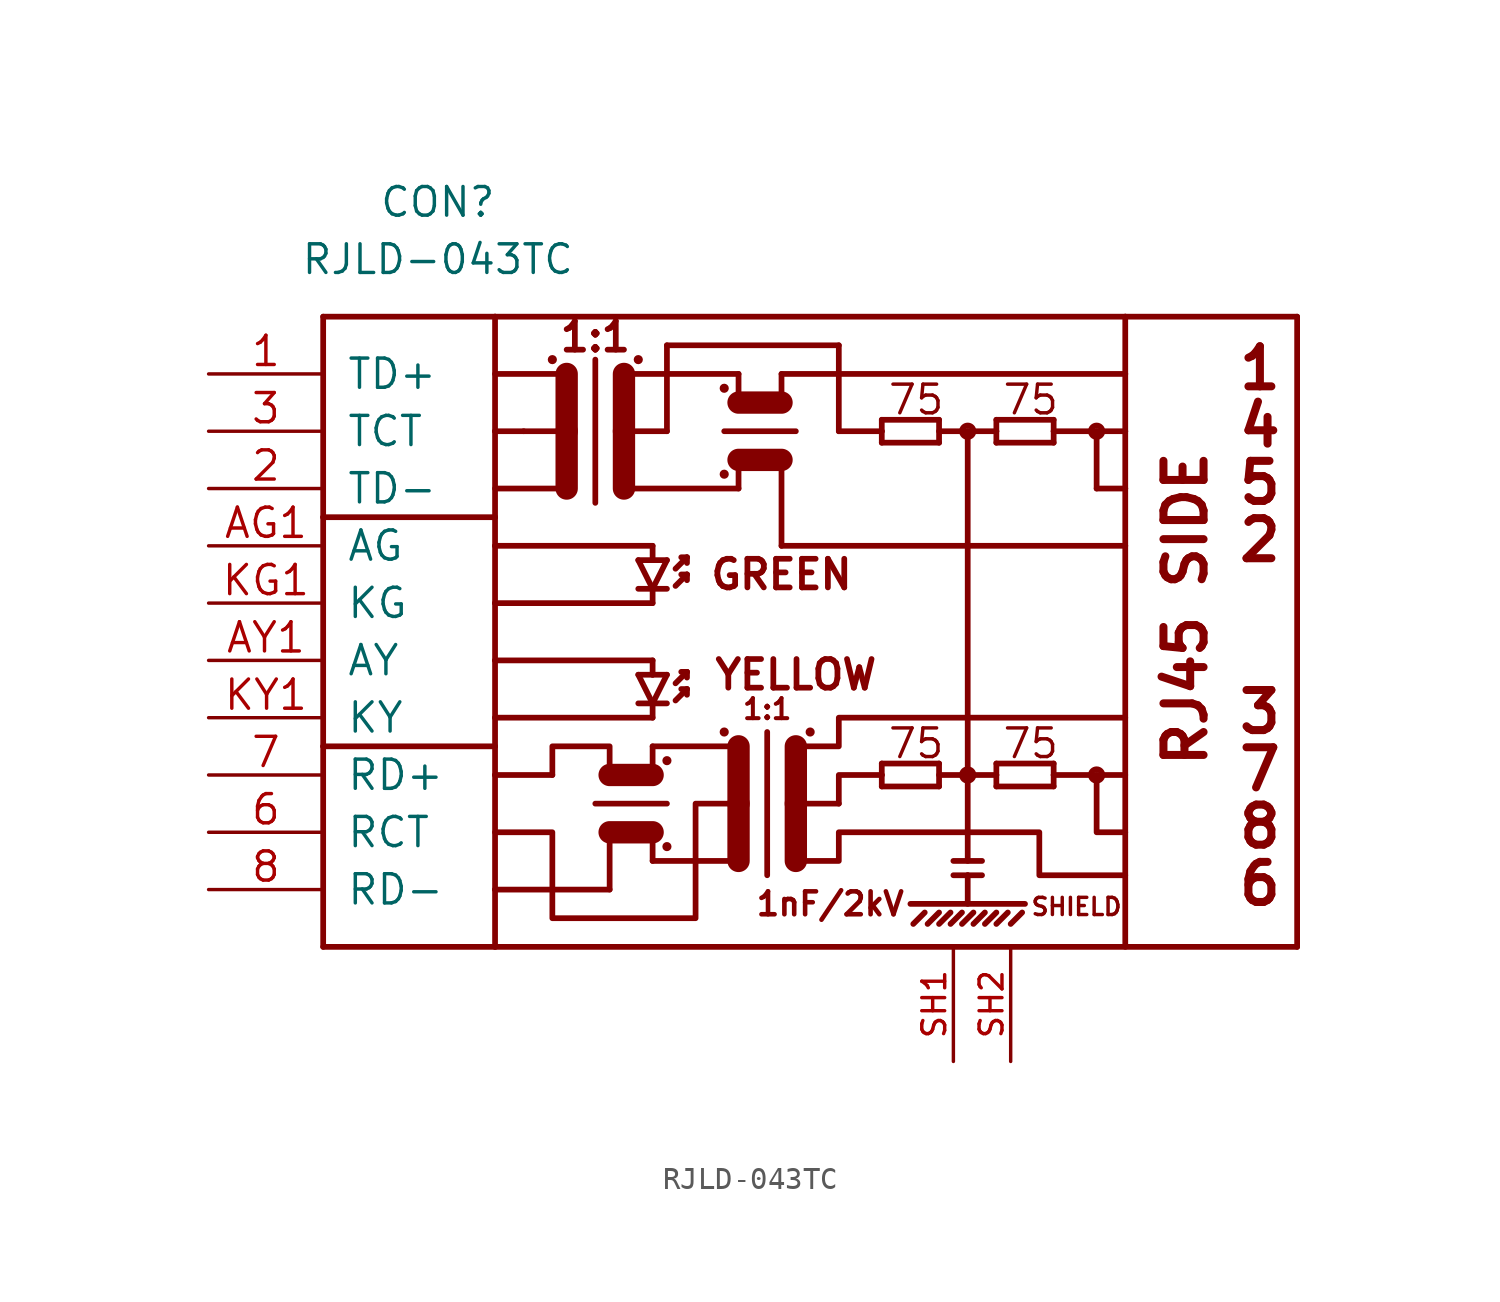
<source format=kicad_sym>
(kicad_symbol_lib
  (version 20220914)
  (generator kicad_symbol_editor)
  (symbol "RJLD-043TC"
    (pin_names
      (offset 1.016))
    (property "Reference" "CON"
      (at -15.24 20.32 0)
      (effects (font (size 1.27 1.27))))
    (property "Value" "RJLD-043TC"
      (at -15.24 17.78 0)
      (effects (font (size 1.27 1.27))))
    (symbol "RJLD-043TC_0_1"
      (polyline (pts (xy -7.62 -10.16) (xy -12.7 -10.16)) (stroke (width 0.254) (type solid)) (fill (type none)))
      (polyline (pts (xy -5.715 -3.81) (xy -1.905 -3.81)) (stroke (width 0.254) (type solid)) (fill (type none)))
      (polyline (pts (xy -7.62 -5.08) (xy -7.62 -3.81) (xy -10.16 -3.81) (xy -10.16 -5.08)) (stroke (width 0.254) (type solid)) (fill (type none))))
    (symbol "RJLD-043TC_1_1"
      (circle (center -10.16 13.335) (radius 0.127) (stroke (width 0) (type solid)) (fill (type outline)))
      (circle (center -6.35 13.335) (radius 0.127) (stroke (width 0) (type solid)) (fill (type outline)))
      (circle (center -5.08 -8.255) (radius 0.127) (stroke (width 0) (type solid)) (fill (type outline)))
      (circle (center -5.08 -4.445) (radius 0.127) (stroke (width 0) (type solid)) (fill (type outline)))
      (circle (center -2.54 -3.175) (radius 0.127) (stroke (width 0) (type solid)) (fill (type outline)))
      (circle (center -2.54 8.255) (radius 0.127) (stroke (width 0) (type solid)) (fill (type outline)))
      (circle (center -2.54 12.065) (radius 0.127) (stroke (width 0) (type solid)) (fill (type outline)))
      (polyline (pts (xy -20.32 -12.7) (xy -12.7 -12.7)) (stroke (width 0.254) (type solid)) (fill (type none)))
      (polyline (pts (xy -20.32 -3.81) (xy -20.32 -12.7)) (stroke (width 0.254) (type solid)) (fill (type none)))
      (polyline (pts (xy -20.32 -3.81) (xy -12.7 -3.81)) (stroke (width 0.254) (type solid)) (fill (type none)))
      (polyline (pts (xy -20.32 6.35) (xy -20.32 -3.81)) (stroke (width 0.254) (type solid)) (fill (type none)))
      (polyline (pts (xy -20.32 6.35) (xy -12.7 6.35)) (stroke (width 0.254) (type solid)) (fill (type none)))
      (polyline (pts (xy -20.32 15.24) (xy -20.32 6.35)) (stroke (width 0.254) (type solid)) (fill (type none)))
      (polyline (pts (xy -20.32 15.24) (xy -12.7 15.24)) (stroke (width 0.254) (type solid)) (fill (type none)))
      (polyline (pts (xy -12.7 -10.16) (xy -12.7 -12.7)) (stroke (width 0.254) (type solid)) (fill (type none)))
      (polyline (pts (xy -12.7 -5.08) (xy -12.7 -10.16)) (stroke (width 0.254) (type solid)) (fill (type none)))
      (polyline (pts (xy -12.7 -5.08) (xy -10.16 -5.08)) (stroke (width 0.254) (type solid)) (fill (type none)))
      (polyline (pts (xy -12.7 -3.81) (xy -12.7 -5.08)) (stroke (width 0.254) (type solid)) (fill (type none)))
      (polyline (pts (xy -12.7 -2.54) (xy -12.7 -3.81)) (stroke (width 0.254) (type solid)) (fill (type none)))
      (polyline (pts (xy -12.7 0) (xy -12.7 -2.54)) (stroke (width 0.254) (type solid)) (fill (type none)))
      (polyline (pts (xy -12.7 2.54) (xy -12.7 0)) (stroke (width 0.254) (type solid)) (fill (type none)))
      (polyline (pts (xy -12.7 5.08) (xy -12.7 2.54)) (stroke (width 0.254) (type solid)) (fill (type none)))
      (polyline (pts (xy -12.7 6.35) (xy -12.7 5.08)) (stroke (width 0.254) (type solid)) (fill (type none)))
      (polyline (pts (xy -12.7 10.16) (xy -12.7 6.35)) (stroke (width 0.254) (type solid)) (fill (type none)))
      (polyline (pts (xy -12.7 15.24) (xy -12.7 10.16)) (stroke (width 0.254) (type solid)) (fill (type none)))
      (polyline (pts (xy -12.7 15.24) (xy 15.24 15.24)) (stroke (width 0.254) (type solid)) (fill (type none)))
      (polyline (pts (xy -11.43 10.16) (xy -12.7 10.16)) (stroke (width 0.254) (type solid)) (fill (type none)))
      (polyline (pts (xy -9.525 7.62) (xy -12.7 7.62)) (stroke (width 0.254) (type solid)) (fill (type none)))
      (polyline (pts (xy -9.525 10.16) (xy -11.43 10.16)) (stroke (width 0.254) (type solid)) (fill (type none)))
      (polyline (pts (xy -9.525 10.16) (xy -9.525 7.62)) (stroke (width 0.991) (type solid)) (fill (type none)))
      (polyline (pts (xy -9.525 12.7) (xy -12.7 12.7)) (stroke (width 0.254) (type solid)) (fill (type none)))
      (polyline (pts (xy -9.525 12.7) (xy -9.525 10.16)) (stroke (width 0.991) (type solid)) (fill (type none)))
      (polyline (pts (xy -8.255 -6.35) (xy -5.08 -6.35)) (stroke (width 0.254) (type solid)) (fill (type none)))
      (polyline (pts (xy -8.255 13.335) (xy -8.255 6.985)) (stroke (width 0.254) (type solid)) (fill (type none)))
      (polyline (pts (xy -7.62 -10.16) (xy -7.62 -7.62)) (stroke (width 0.254) (type solid)) (fill (type none)))
      (polyline (pts (xy -7.62 -7.62) (xy -5.715 -7.62)) (stroke (width 0.991) (type solid)) (fill (type none)))
      (polyline (pts (xy -7.62 -5.08) (xy -5.715 -5.08)) (stroke (width 0.991) (type solid)) (fill (type none)))
      (polyline (pts (xy -6.985 10.16) (xy -6.985 7.62)) (stroke (width 0.991) (type solid)) (fill (type none)))
      (polyline (pts (xy -6.985 10.16) (xy -5.08 10.16)) (stroke (width 0.254) (type solid)) (fill (type none)))
      (polyline (pts (xy -6.985 12.7) (xy -6.985 10.16)) (stroke (width 0.991) (type solid)) (fill (type none)))
      (polyline (pts (xy -6.985 12.7) (xy -1.905 12.7)) (stroke (width 0.254) (type solid)) (fill (type none)))
      (polyline (pts (xy -6.35 -1.905) (xy -5.715 -1.905)) (stroke (width 0.254) (type solid)) (fill (type none)))
      (polyline (pts (xy -6.35 -0.635) (xy -5.715 -0.635)) (stroke (width 0.254) (type solid)) (fill (type none)))
      (polyline (pts (xy -6.35 3.175) (xy -5.715 3.175)) (stroke (width 0.254) (type solid)) (fill (type none)))
      (polyline (pts (xy -6.35 4.445) (xy -5.715 4.445)) (stroke (width 0.254) (type solid)) (fill (type none)))
      (polyline (pts (xy -5.715 -8.89) (xy -1.905 -8.89)) (stroke (width 0.254) (type solid)) (fill (type none)))
      (polyline (pts (xy -5.715 -7.62) (xy -5.715 -8.89)) (stroke (width 0.254) (type solid)) (fill (type none)))
      (polyline (pts (xy -5.715 -5.08) (xy -5.715 -3.81)) (stroke (width 0.254) (type solid)) (fill (type none)))
      (polyline (pts (xy -5.715 -2.54) (xy -12.7 -2.54)) (stroke (width 0.254) (type solid)) (fill (type none)))
      (polyline (pts (xy -5.715 -1.905) (xy -6.35 -0.635)) (stroke (width 0.254) (type solid)) (fill (type none)))
      (polyline (pts (xy -5.715 -1.905) (xy -5.715 -2.54)) (stroke (width 0.254) (type solid)) (fill (type none)))
      (polyline (pts (xy -5.715 -1.905) (xy -5.08 -1.905)) (stroke (width 0.254) (type solid)) (fill (type none)))
      (polyline (pts (xy -5.715 -0.635) (xy -5.715 0)) (stroke (width 0.254) (type solid)) (fill (type none)))
      (polyline (pts (xy -5.715 -0.635) (xy -5.08 -0.635)) (stroke (width 0.254) (type solid)) (fill (type none)))
      (polyline (pts (xy -5.715 0) (xy -12.7 0)) (stroke (width 0.254) (type solid)) (fill (type none)))
      (polyline (pts (xy -5.715 2.54) (xy -12.7 2.54)) (stroke (width 0.254) (type solid)) (fill (type none)))
      (polyline (pts (xy -5.715 3.175) (xy -6.35 4.445)) (stroke (width 0.254) (type solid)) (fill (type none)))
      (polyline (pts (xy -5.715 3.175) (xy -5.715 2.54)) (stroke (width 0.254) (type solid)) (fill (type none)))
      (polyline (pts (xy -5.715 3.175) (xy -5.08 3.175)) (stroke (width 0.254) (type solid)) (fill (type none)))
      (polyline (pts (xy -5.715 4.445) (xy -5.715 5.08)) (stroke (width 0.254) (type solid)) (fill (type none)))
      (polyline (pts (xy -5.715 4.445) (xy -5.08 4.445)) (stroke (width 0.254) (type solid)) (fill (type none)))
      (polyline (pts (xy -5.715 5.08) (xy -12.7 5.08)) (stroke (width 0.254) (type solid)) (fill (type none)))
      (polyline (pts (xy -5.08 -0.635) (xy -5.715 -1.905)) (stroke (width 0.254) (type solid)) (fill (type none)))
      (polyline (pts (xy -5.08 4.445) (xy -5.715 3.175)) (stroke (width 0.254) (type solid)) (fill (type none)))
      (polyline (pts (xy -5.08 10.16) (xy -5.08 13.97)) (stroke (width 0.254) (type solid)) (fill (type none)))
      (polyline (pts (xy -5.08 13.97) (xy 2.54 13.97)) (stroke (width 0.254) (type solid)) (fill (type none)))
      (polyline (pts (xy -4.699 -1.778) (xy -4.191 -1.27)) (stroke (width 0.254) (type solid)) (fill (type none)))
      (polyline (pts (xy -4.699 -1.016) (xy -4.191 -0.508)) (stroke (width 0.254) (type solid)) (fill (type none)))
      (polyline (pts (xy -4.699 3.302) (xy -4.191 3.81)) (stroke (width 0.254) (type solid)) (fill (type none)))
      (polyline (pts (xy -4.699 4.064) (xy -4.191 4.572)) (stroke (width 0.254) (type solid)) (fill (type none)))
      (polyline (pts (xy -4.191 -1.27) (xy -4.445 -1.27)) (stroke (width 0.254) (type solid)) (fill (type none)))
      (polyline (pts (xy -4.191 -1.27) (xy -4.191 -1.524)) (stroke (width 0.254) (type solid)) (fill (type none)))
      (polyline (pts (xy -4.191 -0.508) (xy -4.445 -0.508)) (stroke (width 0.254) (type solid)) (fill (type none)))
      (polyline (pts (xy -4.191 -0.508) (xy -4.191 -0.762)) (stroke (width 0.254) (type solid)) (fill (type none)))
      (polyline (pts (xy -4.191 3.81) (xy -4.445 3.81)) (stroke (width 0.254) (type solid)) (fill (type none)))
      (polyline (pts (xy -4.191 3.81) (xy -4.191 3.556)) (stroke (width 0.254) (type solid)) (fill (type none)))
      (polyline (pts (xy -4.191 4.572) (xy -4.445 4.572)) (stroke (width 0.254) (type solid)) (fill (type none)))
      (polyline (pts (xy -4.191 4.572) (xy -4.191 4.318)) (stroke (width 0.254) (type solid)) (fill (type none)))
      (polyline (pts (xy -2.54 10.16) (xy 0.635 10.16)) (stroke (width 0.254) (type solid)) (fill (type none)))
      (polyline (pts (xy -1.905 -6.35) (xy -1.905 -8.89)) (stroke (width 0.991) (type solid)) (fill (type none)))
      (polyline (pts (xy -1.905 -3.81) (xy -1.905 -6.35)) (stroke (width 0.991) (type solid)) (fill (type none)))
      (polyline (pts (xy -1.905 7.62) (xy -6.985 7.62)) (stroke (width 0.254) (type solid)) (fill (type none)))
      (polyline (pts (xy -1.905 8.89) (xy -1.905 7.62)) (stroke (width 0.254) (type solid)) (fill (type none)))
      (polyline (pts (xy -1.905 8.89) (xy 0 8.89)) (stroke (width 0.991) (type solid)) (fill (type none)))
      (polyline (pts (xy -1.905 11.43) (xy -1.905 12.7)) (stroke (width 0.254) (type solid)) (fill (type none)))
      (polyline (pts (xy -1.905 11.43) (xy 0 11.43)) (stroke (width 0.991) (type solid)) (fill (type none)))
      (polyline (pts (xy -0.635 -3.175) (xy -0.635 -9.525)) (stroke (width 0.254) (type solid)) (fill (type none)))
      (polyline (pts (xy 0 5.08) (xy 15.24 5.08)) (stroke (width 0.254) (type solid)) (fill (type none)))
      (polyline (pts (xy 0 8.89) (xy 0 5.08)) (stroke (width 0.254) (type solid)) (fill (type none)))
      (polyline (pts (xy 0 11.43) (xy 0 12.7)) (stroke (width 0.254) (type solid)) (fill (type none)))
      (polyline (pts (xy 0 12.7) (xy 15.24 12.7)) (stroke (width 0.254) (type solid)) (fill (type none)))
      (polyline (pts (xy 0.635 -6.35) (xy 0.635 -8.89)) (stroke (width 0.991) (type solid)) (fill (type none)))
      (polyline (pts (xy 0.635 -3.81) (xy 0.635 -6.35)) (stroke (width 0.991) (type solid)) (fill (type none)))
      (polyline (pts (xy 2.54 -6.35) (xy 0.635 -6.35)) (stroke (width 0.254) (type solid)) (fill (type none)))
      (polyline (pts (xy 2.54 10.16) (xy 4.445 10.16)) (stroke (width 0.254) (type solid)) (fill (type none)))
      (polyline (pts (xy 2.54 13.97) (xy 2.54 10.16)) (stroke (width 0.254) (type solid)) (fill (type none)))
      (polyline (pts (xy 4.445 -5.588) (xy 6.985 -5.588)) (stroke (width 0.254) (type solid)) (fill (type none)))
      (polyline (pts (xy 4.445 -5.08) (xy 4.445 -5.588)) (stroke (width 0.254) (type solid)) (fill (type none)))
      (polyline (pts (xy 4.445 -4.572) (xy 4.445 -5.08)) (stroke (width 0.254) (type solid)) (fill (type none)))
      (polyline (pts (xy 4.445 9.652) (xy 6.985 9.652)) (stroke (width 0.254) (type solid)) (fill (type none)))
      (polyline (pts (xy 4.445 10.16) (xy 4.445 9.652)) (stroke (width 0.254) (type solid)) (fill (type none)))
      (polyline (pts (xy 4.445 10.668) (xy 4.445 10.16)) (stroke (width 0.254) (type solid)) (fill (type none)))
      (polyline (pts (xy 5.715 -10.795) (xy 10.795 -10.795)) (stroke (width 0.254) (type solid)) (fill (type none)))
      (polyline (pts (xy 5.842 -11.684) (xy 6.35 -11.176)) (stroke (width 0.254) (type solid)) (fill (type none)))
      (polyline (pts (xy 6.477 -11.684) (xy 6.985 -11.176)) (stroke (width 0.254) (type solid)) (fill (type none)))
      (polyline (pts (xy 6.985 -11.684) (xy 7.493 -11.176)) (stroke (width 0.254) (type solid)) (fill (type none)))
      (polyline (pts (xy 6.985 -5.588) (xy 6.985 -4.572)) (stroke (width 0.254) (type solid)) (fill (type none)))
      (polyline (pts (xy 6.985 -5.08) (xy 8.255 -5.08)) (stroke (width 0.254) (type solid)) (fill (type none)))
      (polyline (pts (xy 6.985 -4.572) (xy 4.445 -4.572)) (stroke (width 0.254) (type solid)) (fill (type none)))
      (polyline (pts (xy 6.985 9.652) (xy 6.985 10.668)) (stroke (width 0.254) (type solid)) (fill (type none)))
      (polyline (pts (xy 6.985 10.16) (xy 8.255 10.16)) (stroke (width 0.254) (type solid)) (fill (type none)))
      (polyline (pts (xy 6.985 10.668) (xy 4.445 10.668)) (stroke (width 0.254) (type solid)) (fill (type none)))
      (polyline (pts (xy 7.493 -11.684) (xy 8.001 -11.176)) (stroke (width 0.254) (type solid)) (fill (type none)))
      (polyline (pts (xy 7.62 -9.525) (xy 8.255 -9.525)) (stroke (width 0.254) (type solid)) (fill (type none)))
      (polyline (pts (xy 7.62 -8.89) (xy 8.89 -8.89)) (stroke (width 0.254) (type solid)) (fill (type none)))
      (polyline (pts (xy 8.001 -11.684) (xy 8.509 -11.176)) (stroke (width 0.254) (type solid)) (fill (type none)))
      (polyline (pts (xy 8.255 -9.525) (xy 8.255 -10.795)) (stroke (width 0.254) (type solid)) (fill (type none)))
      (polyline (pts (xy 8.255 -9.525) (xy 8.89 -9.525)) (stroke (width 0.254) (type solid)) (fill (type none)))
      (polyline (pts (xy 8.255 -5.08) (xy 8.255 -8.89)) (stroke (width 0.254) (type solid)) (fill (type none)))
      (polyline (pts (xy 8.255 -5.08) (xy 8.255 10.16)) (stroke (width 0.254) (type solid)) (fill (type none)))
      (polyline (pts (xy 8.255 -5.08) (xy 9.525 -5.08)) (stroke (width 0.254) (type solid)) (fill (type none)))
      (polyline (pts (xy 8.255 10.16) (xy 9.525 10.16)) (stroke (width 0.254) (type solid)) (fill (type none)))
      (polyline (pts (xy 8.509 -11.684) (xy 9.017 -11.176)) (stroke (width 0.254) (type solid)) (fill (type none)))
      (polyline (pts (xy 9.017 -11.684) (xy 9.525 -11.176)) (stroke (width 0.254) (type solid)) (fill (type none)))
      (polyline (pts (xy 9.525 -11.684) (xy 10.033 -11.176)) (stroke (width 0.254) (type solid)) (fill (type none)))
      (polyline (pts (xy 9.525 -5.588) (xy 12.065 -5.588)) (stroke (width 0.254) (type solid)) (fill (type none)))
      (polyline (pts (xy 9.525 -5.08) (xy 9.525 -5.588)) (stroke (width 0.254) (type solid)) (fill (type none)))
      (polyline (pts (xy 9.525 -4.572) (xy 9.525 -5.08)) (stroke (width 0.254) (type solid)) (fill (type none)))
      (polyline (pts (xy 9.525 9.652) (xy 12.065 9.652)) (stroke (width 0.254) (type solid)) (fill (type none)))
      (polyline (pts (xy 9.525 10.16) (xy 9.525 9.652)) (stroke (width 0.254) (type solid)) (fill (type none)))
      (polyline (pts (xy 9.525 10.668) (xy 9.525 10.16)) (stroke (width 0.254) (type solid)) (fill (type none)))
      (polyline (pts (xy 10.16 -11.684) (xy 10.668 -11.176)) (stroke (width 0.254) (type solid)) (fill (type none)))
      (polyline (pts (xy 12.065 -5.588) (xy 12.065 -5.08)) (stroke (width 0.254) (type solid)) (fill (type none)))
      (polyline (pts (xy 12.065 -5.08) (xy 12.065 -4.572)) (stroke (width 0.254) (type solid)) (fill (type none)))
      (polyline (pts (xy 12.065 -5.08) (xy 15.24 -5.08)) (stroke (width 0.254) (type solid)) (fill (type none)))
      (polyline (pts (xy 12.065 -4.572) (xy 9.525 -4.572)) (stroke (width 0.254) (type solid)) (fill (type none)))
      (polyline (pts (xy 12.065 9.652) (xy 12.065 10.16)) (stroke (width 0.254) (type solid)) (fill (type none)))
      (polyline (pts (xy 12.065 10.16) (xy 12.065 10.668)) (stroke (width 0.254) (type solid)) (fill (type none)))
      (polyline (pts (xy 12.065 10.16) (xy 13.97 10.16)) (stroke (width 0.254) (type solid)) (fill (type none)))
      (polyline (pts (xy 12.065 10.668) (xy 9.525 10.668)) (stroke (width 0.254) (type solid)) (fill (type none)))
      (polyline (pts (xy 13.97 7.62) (xy 15.24 7.62)) (stroke (width 0.254) (type solid)) (fill (type none)))
      (polyline (pts (xy 13.97 10.16) (xy 13.97 7.62)) (stroke (width 0.254) (type solid)) (fill (type none)))
      (polyline (pts (xy 13.97 10.16) (xy 15.24 10.16)) (stroke (width 0.254) (type solid)) (fill (type none)))
      (polyline (pts (xy 15.24 5.08) (xy 15.24 -12.7)) (stroke (width 0.254) (type solid)) (fill (type none)))
      (polyline (pts (xy 15.24 7.62) (xy 15.24 5.08)) (stroke (width 0.254) (type solid)) (fill (type none)))
      (polyline (pts (xy 15.24 10.16) (xy 15.24 7.62)) (stroke (width 0.254) (type solid)) (fill (type none)))
      (polyline (pts (xy 15.24 12.7) (xy 15.24 10.16)) (stroke (width 0.254) (type solid)) (fill (type none)))
      (polyline (pts (xy 15.24 15.24) (xy 15.24 12.7)) (stroke (width 0.254) (type solid)) (fill (type none)))
      (polyline (pts (xy 15.24 15.24) (xy 22.86 15.24)) (stroke (width 0.254) (type solid)) (fill (type none)))
      (polyline (pts (xy 22.86 -12.7) (xy -12.7 -12.7)) (stroke (width 0.254) (type solid)) (fill (type none)))
      (polyline (pts (xy 22.86 15.24) (xy 22.86 -12.7)) (stroke (width 0.254) (type solid)) (fill (type none)))
      (polyline (pts (xy 0.635 -3.81) (xy 2.54 -3.81) (xy 2.54 -2.54) (xy 15.24 -2.54)) (stroke (width 0.254) (type solid)) (fill (type none)))
      (polyline (pts (xy 2.54 -6.35) (xy 2.54 -5.08) (xy 3.175 -5.08) (xy 4.445 -5.08)) (stroke (width 0.254) (type solid)) (fill (type none)))
      (polyline (pts (xy 13.97 -5.08) (xy 13.97 -6.35) (xy 13.97 -6.985) (xy 13.97 -7.62) (xy 15.24 -7.62)) (stroke (width 0.254) (type solid)) (fill (type none)))
      (polyline (pts (xy -12.7 -7.62) (xy -10.16 -7.62) (xy -10.16 -11.43) (xy -3.81 -11.43) (xy -3.81 -6.35) (xy -1.905 -6.35)) (stroke (width 0.254) (type solid)) (fill (type none)))
      (polyline (pts (xy 0.635 -8.89) (xy 2.54 -8.89) (xy 2.54 -7.62) (xy 11.43 -7.62) (xy 11.43 -9.525) (xy 15.24 -9.525)) (stroke (width 0.254) (type solid)) (fill (type none)))
      (circle (center 1.27 -3.175) (radius 0.127) (stroke (width 0) (type solid)) (fill (type outline)))
      (circle (center 8.255 -5.08) (radius 0.254) (stroke (width 0.254) (type solid)) (fill (type none)))
      (circle (center 8.255 10.16) (radius 0.254) (stroke (width 0.254) (type solid)) (fill (type none)))
      (circle (center 13.97 -5.08) (radius 0.254) (stroke (width 0.254) (type solid)) (fill (type none)))
      (circle (center 13.97 10.16) (radius 0.254) (stroke (width 0.254) (type solid)) (fill (type none)))
      (text "1" (at 21.209 12.954 0) (effects (font (size 1.778 1.778) bold)))
      (text "1:1" (at -8.255 14.351 0) (effects (font (size 1.27 1.27) bold)))
      (text "1:1" (at -0.635 -2.159 0) (effects (font (size 0.889 0.889) bold)))
      (text "1nF/2kV" (at 2.159 -10.795 0) (effects (font (size 1.016 1.016) bold)))
      (text "2" (at 21.209 5.334 0) (effects (font (size 1.778 1.778) bold)))
      (text "3" (at 21.209 -2.286 0) (effects (font (size 1.778 1.778) bold)))
      (text "4" (at 21.209 10.414 0) (effects (font (size 1.778 1.778) bold)))
      (text "5" (at 21.209 7.874 0) (effects (font (size 1.778 1.778) bold)))
      (text "6" (at 21.209 -9.906 0) (effects (font (size 1.778 1.778) bold)))
      (text "7" (at 21.209 -4.826 0) (effects (font (size 1.778 1.778) bold)))
      (text "75" (at 5.969 -3.683 0) (effects (font (size 1.27 1.27))))
      (text "75" (at 5.969 11.557 0) (effects (font (size 1.27 1.27))))
      (text "75" (at 11.049 -3.683 0) (effects (font (size 1.27 1.27))))
      (text "75" (at 11.049 11.557 0) (effects (font (size 1.27 1.27))))
      (text "8" (at 21.209 -7.366 0) (effects (font (size 1.778 1.778) bold)))
      (text "GREEN" (at 0 3.81 0) (effects (font (size 1.27 1.27) bold)))
      (text "RJ45 SIDE" (at 17.907 2.286 900) (effects (font (size 1.778 1.778) bold)))
      (text "SHIELD" (at 13.081 -10.922 0) (effects (font (size 0.762 0.762) bold)))
      (text "YELLOW" (at 0.635 -0.635 0) (effects (font (size 1.27 1.27) bold)))
      (pin bidirectional line (at -25.4 12.7 0) (length 5.08) (name "TD+" (effects (font (size 1.295 1.295)))) (number "1" (effects (font (size 1.295 1.295)))))
      (pin bidirectional line (at -25.4 7.62 0) (length 5.08) (name "TD-" (effects (font (size 1.295 1.295)))) (number "2" (effects (font (size 1.295 1.295)))))
      (pin input line (at -25.4 10.16 0) (length 5.08) (name "TCT" (effects (font (size 1.295 1.295)))) (number "3" (effects (font (size 1.295 1.295)))))
      (pin input line (at -25.4 -7.62 0) (length 5.08) (name "RCT" (effects (font (size 1.295 1.295)))) (number "6" (effects (font (size 1.295 1.295)))))
      (pin bidirectional line (at -25.4 -5.08 0) (length 5.08) (name "RD+" (effects (font (size 1.295 1.295)))) (number "7" (effects (font (size 1.295 1.295)))))
      (pin bidirectional line (at -25.4 -10.16 0) (length 5.08) (name "RD-" (effects (font (size 1.295 1.295)))) (number "8" (effects (font (size 1.295 1.295)))))
      (pin passive line (at -25.4 5.08 0) (length 5.08) (name "AG" (effects (font (size 1.295 1.295)))) (number "AG1" (effects (font (size 1.295 1.295)))))
      (pin passive line (at -25.4 0 0) (length 5.08) (name "AY" (effects (font (size 1.295 1.295)))) (number "AY1" (effects (font (size 1.295 1.295)))))
      (pin passive line (at -25.4 2.54 0) (length 5.08) (name "KG" (effects (font (size 1.295 1.295)))) (number "KG1" (effects (font (size 1.295 1.295)))))
      (pin passive line (at -25.4 -2.54 0) (length 5.08) (name "KY" (effects (font (size 1.295 1.295)))) (number "KY1" (effects (font (size 1.295 1.295)))))
      (pin input line (at 7.62 -17.78 90) (length 5.08) (name "SH1" (effects (font (size 0 0)))) (number "SH1" (effects (font (size 1.016 1.016)))))
      (pin input line (at 10.16 -17.78 90) (length 5.08) (name "SH2" (effects (font (size 0 0)))) (number "SH2" (effects (font (size 1.016 1.016))))))))
</source>
